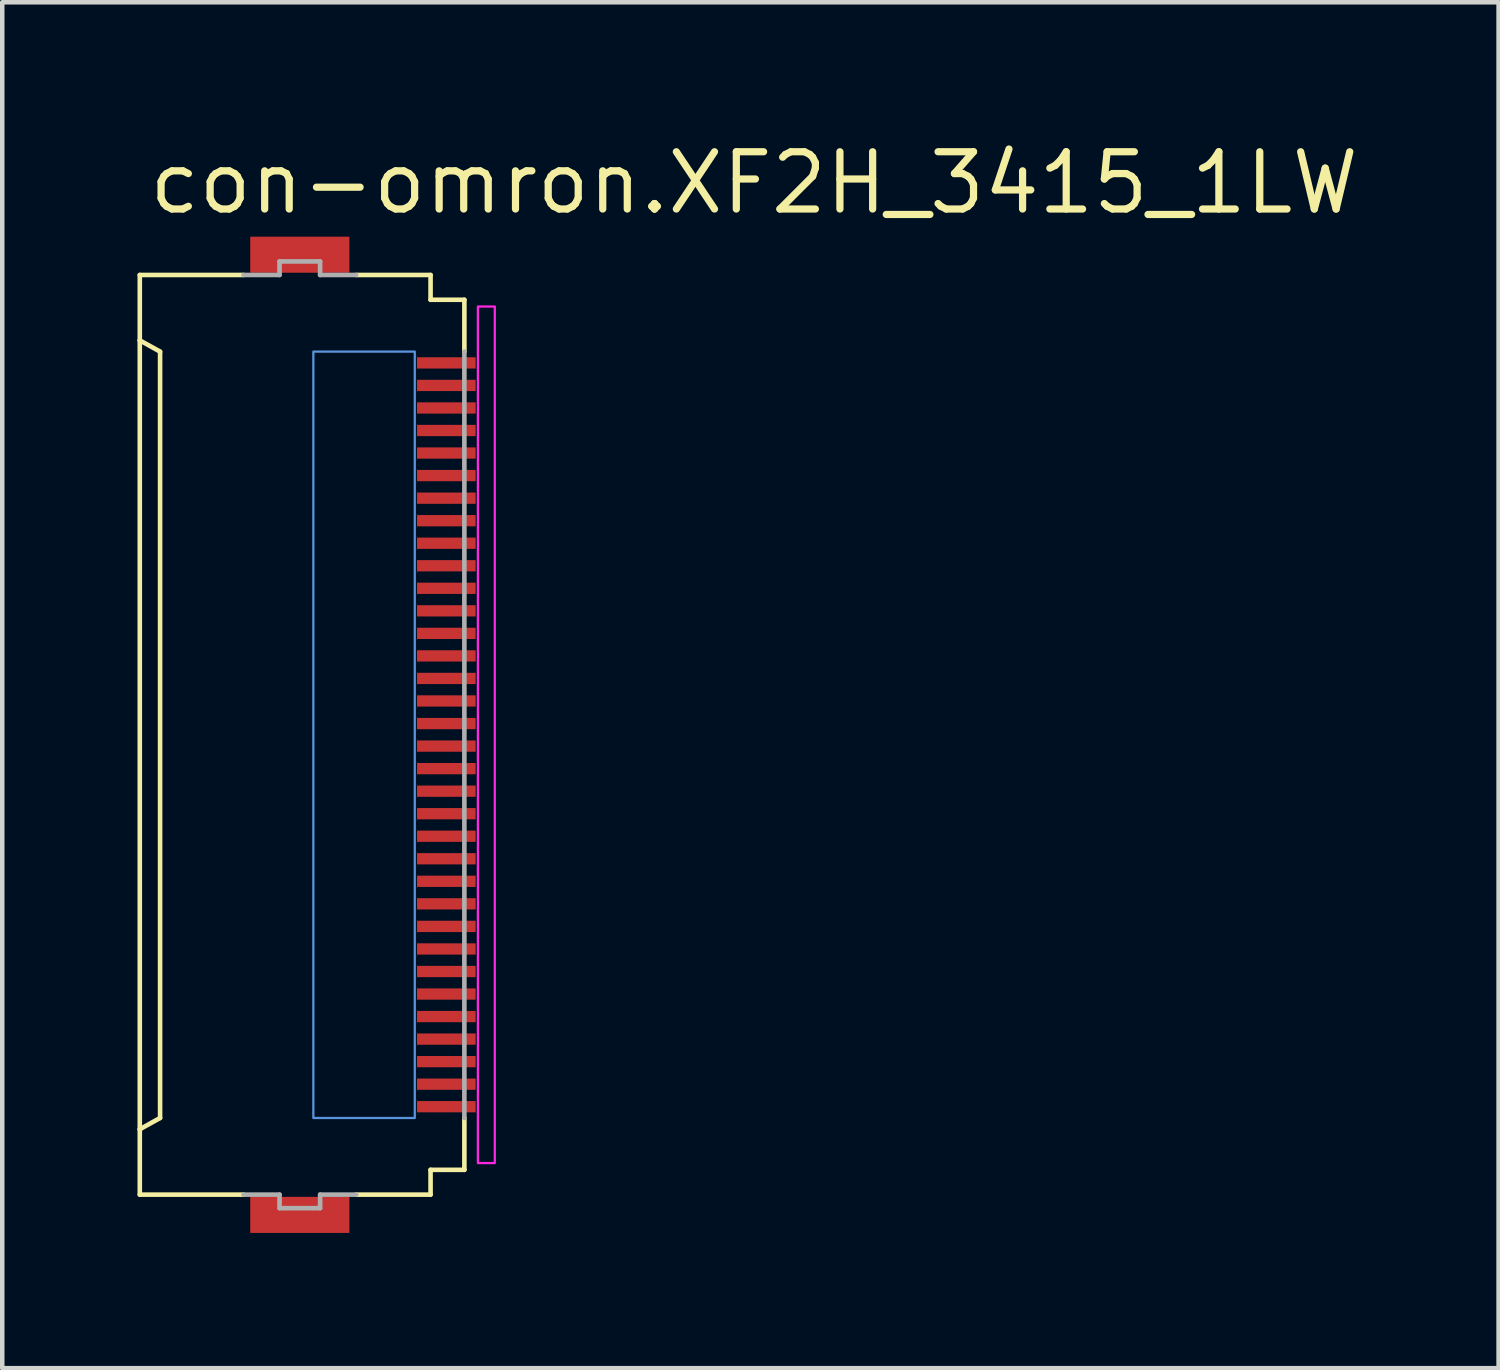
<source format=kicad_pcb>
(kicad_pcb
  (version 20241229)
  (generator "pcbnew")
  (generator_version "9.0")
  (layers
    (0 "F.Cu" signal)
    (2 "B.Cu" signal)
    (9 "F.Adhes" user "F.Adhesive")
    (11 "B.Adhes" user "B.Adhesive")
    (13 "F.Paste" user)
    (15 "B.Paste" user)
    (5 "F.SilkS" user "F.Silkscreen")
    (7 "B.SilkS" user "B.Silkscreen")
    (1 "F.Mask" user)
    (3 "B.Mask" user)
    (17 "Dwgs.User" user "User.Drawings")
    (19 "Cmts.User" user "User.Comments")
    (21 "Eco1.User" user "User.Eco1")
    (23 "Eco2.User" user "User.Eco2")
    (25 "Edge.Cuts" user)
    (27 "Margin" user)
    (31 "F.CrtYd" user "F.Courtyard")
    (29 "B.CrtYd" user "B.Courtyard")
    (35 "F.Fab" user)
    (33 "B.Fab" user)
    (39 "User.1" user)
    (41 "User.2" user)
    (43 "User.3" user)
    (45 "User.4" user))
  (footprint "con-omron.XF2H_3415_1LW"
    (layer "F.Cu")
    (at 3.676 13.25)
    (property "Reference" "con-omron.XF2H_3415_1LW" (at -3.5 -11.5 0) (layer "F.SilkS") (effects (font (size 1.27 1.27) (thickness 0.16)) (justify left bottom)))
    (attr smd)
    (fp_rect (start 2.475 -8.075) (end 3.875 -8.425) (stroke (width 0.05) (type default)) (fill yes) (layer "F.Mask"))
    (fp_rect (start 2.475 -7.575) (end 3.875 -7.925) (stroke (width 0.05) (type default)) (fill yes) (layer "F.Mask"))
    (fp_rect (start 2.475 -7.075) (end 3.875 -7.425) (stroke (width 0.05) (type default)) (fill yes) (layer "F.Mask"))
    (fp_rect (start 2.475 -6.575) (end 3.875 -6.925) (stroke (width 0.05) (type default)) (fill yes) (layer "F.Mask"))
    (fp_rect (start 2.475 -6.075) (end 3.875 -6.425) (stroke (width 0.05) (type default)) (fill yes) (layer "F.Mask"))
    (fp_rect (start 2.475 -5.575) (end 3.875 -5.925) (stroke (width 0.05) (type default)) (fill yes) (layer "F.Mask"))
    (fp_rect (start 2.475 -5.075) (end 3.875 -5.425) (stroke (width 0.05) (type default)) (fill yes) (layer "F.Mask"))
    (fp_rect (start 2.475 -4.575) (end 3.875 -4.925) (stroke (width 0.05) (type default)) (fill yes) (layer "F.Mask"))
    (fp_rect (start 2.475 -4.075) (end 3.875 -4.425) (stroke (width 0.05) (type default)) (fill yes) (layer "F.Mask"))
    (fp_rect (start 2.475 -3.575) (end 3.875 -3.925) (stroke (width 0.05) (type default)) (fill yes) (layer "F.Mask"))
    (fp_rect (start 2.475 -3.075) (end 3.875 -3.425) (stroke (width 0.05) (type default)) (fill yes) (layer "F.Mask"))
    (fp_rect (start 2.475 -2.575) (end 3.875 -2.925) (stroke (width 0.05) (type default)) (fill yes) (layer "F.Mask"))
    (fp_rect (start 2.475 -2.075) (end 3.875 -2.425) (stroke (width 0.05) (type default)) (fill yes) (layer "F.Mask"))
    (fp_rect (start 2.475 -1.575) (end 3.875 -1.925) (stroke (width 0.05) (type default)) (fill yes) (layer "F.Mask"))
    (fp_rect (start 2.475 -1.075) (end 3.875 -1.425) (stroke (width 0.05) (type default)) (fill yes) (layer "F.Mask"))
    (fp_rect (start 2.475 -0.575) (end 3.875 -0.925) (stroke (width 0.05) (type default)) (fill yes) (layer "F.Mask"))
    (fp_rect (start 2.475 -0.075) (end 3.875 -0.425) (stroke (width 0.05) (type default)) (fill yes) (layer "F.Mask"))
    (fp_rect (start 2.475 0.425) (end 3.875 0.075) (stroke (width 0.05) (type default)) (fill yes) (layer "F.Mask"))
    (fp_rect (start 2.475 0.925) (end 3.875 0.575) (stroke (width 0.05) (type default)) (fill yes) (layer "F.Mask"))
    (fp_rect (start 2.475 1.425) (end 3.875 1.075) (stroke (width 0.05) (type default)) (fill yes) (layer "F.Mask"))
    (fp_rect (start 2.475 1.925) (end 3.875 1.575) (stroke (width 0.05) (type default)) (fill yes) (layer "F.Mask"))
    (fp_rect (start 2.475 2.425) (end 3.875 2.075) (stroke (width 0.05) (type default)) (fill yes) (layer "F.Mask"))
    (fp_rect (start 2.475 2.925) (end 3.875 2.575) (stroke (width 0.05) (type default)) (fill yes) (layer "F.Mask"))
    (fp_rect (start 2.475 3.425) (end 3.875 3.075) (stroke (width 0.05) (type default)) (fill yes) (layer "F.Mask"))
    (fp_rect (start 2.475 3.925) (end 3.875 3.575) (stroke (width 0.05) (type default)) (fill yes) (layer "F.Mask"))
    (fp_rect (start 2.475 4.425) (end 3.875 4.075) (stroke (width 0.05) (type default)) (fill yes) (layer "F.Mask"))
    (fp_rect (start 2.475 4.925) (end 3.875 4.575) (stroke (width 0.05) (type default)) (fill yes) (layer "F.Mask"))
    (fp_rect (start 2.475 5.425) (end 3.875 5.075) (stroke (width 0.05) (type default)) (fill yes) (layer "F.Mask"))
    (fp_rect (start 2.475 5.925) (end 3.875 5.575) (stroke (width 0.05) (type default)) (fill yes) (layer "F.Mask"))
    (fp_rect (start 2.475 6.425) (end 3.875 6.075) (stroke (width 0.05) (type default)) (fill yes) (layer "F.Mask"))
    (fp_rect (start 2.475 6.925) (end 3.875 6.575) (stroke (width 0.05) (type default)) (fill yes) (layer "F.Mask"))
    (fp_rect (start 2.475 7.425) (end 3.875 7.075) (stroke (width 0.05) (type default)) (fill yes) (layer "F.Mask"))
    (fp_rect (start 2.475 7.925) (end 3.875 7.575) (stroke (width 0.05) (type default)) (fill yes) (layer "F.Mask"))
    (fp_rect (start 2.475 8.425) (end 3.875 8.075) (stroke (width 0.05) (type default)) (fill yes) (layer "F.Mask"))
    (fp_line (start -3.625 -10.2) (end -1.325 -10.2) (stroke (width 0.102) (type default)) (layer "F.SilkS"))
    (fp_line (start -3.625 -8.75) (end -3.625 -10.2) (stroke (width 0.102) (type default)) (layer "F.SilkS"))
    (fp_line (start -3.625 -8.75) (end -3.625 8.75) (stroke (width 0.102) (type default)) (layer "F.SilkS"))
    (fp_line (start -3.625 8.75) (end -3.175 8.5) (stroke (width 0.102) (type default)) (layer "F.SilkS"))
    (fp_line (start -3.625 10.2) (end -3.625 8.75) (stroke (width 0.102) (type default)) (layer "F.SilkS"))
    (fp_line (start -3.175 -8.5) (end -3.625 -8.75) (stroke (width 0.102) (type default)) (layer "F.SilkS"))
    (fp_line (start -3.175 8.5) (end -3.175 -8.5) (stroke (width 0.102) (type default)) (layer "F.SilkS"))
    (fp_line (start -1.325 10.2) (end -3.625 10.2) (stroke (width 0.102) (type default)) (layer "F.SilkS"))
    (fp_line (start 1.175 -10.2) (end 2.825 -10.2) (stroke (width 0.102) (type default)) (layer "F.SilkS"))
    (fp_line (start 1.175 10.2) (end 2.825 10.2) (stroke (width 0.102) (type default)) (layer "F.SilkS"))
    (fp_line (start 2.825 -10.2) (end 2.825 -9.65) (stroke (width 0.102) (type default)) (layer "F.SilkS"))
    (fp_line (start 2.825 -9.65) (end 3.575 -9.65) (stroke (width 0.102) (type default)) (layer "F.SilkS"))
    (fp_line (start 2.825 9.65) (end 2.825 10.2) (stroke (width 0.102) (type default)) (layer "F.SilkS"))
    (fp_line (start 2.825 9.65) (end 3.575 9.65) (stroke (width 0.102) (type default)) (layer "F.SilkS"))
    (fp_line (start 3.575 -9.65) (end 3.575 -8.5) (stroke (width 0.102) (type default)) (layer "F.SilkS"))
    (fp_line (start 3.575 8.5) (end 3.575 9.65) (stroke (width 0.102) (type default)) (layer "F.SilkS"))
    (fp_rect (start 0.225 8.5) (end 2.475 -8.5) (stroke (width 0.05) (type default)) (fill no) (layer "Cmts.User"))
    (fp_rect (start 3.875 9.5) (end 4.25 -9.5) (stroke (width 0.05) (type default)) (fill no) (layer "F.CrtYd"))
    (fp_line (start -1.325 -10.2) (end -0.525 -10.2) (stroke (width 0.102) (type default)) (layer "F.Fab"))
    (fp_line (start -0.525 -10.5) (end 0.375 -10.5) (stroke (width 0.102) (type default)) (layer "F.Fab"))
    (fp_line (start -0.525 -10.2) (end -0.525 -10.5) (stroke (width 0.102) (type default)) (layer "F.Fab"))
    (fp_line (start -0.525 10.2) (end -1.325 10.2) (stroke (width 0.102) (type default)) (layer "F.Fab"))
    (fp_line (start -0.525 10.5) (end -0.525 10.2) (stroke (width 0.102) (type default)) (layer "F.Fab"))
    (fp_line (start 0.375 -10.5) (end 0.375 -10.2) (stroke (width 0.102) (type default)) (layer "F.Fab"))
    (fp_line (start 0.375 -10.2) (end 1.175 -10.2) (stroke (width 0.102) (type default)) (layer "F.Fab"))
    (fp_line (start 0.375 10.2) (end 0.375 10.5) (stroke (width 0.102) (type default)) (layer "F.Fab"))
    (fp_line (start 0.375 10.5) (end -0.525 10.5) (stroke (width 0.102) (type default)) (layer "F.Fab"))
    (fp_line (start 1.175 10.2) (end 0.375 10.2) (stroke (width 0.102) (type default)) (layer "F.Fab"))
    (fp_line (start 3.575 -8.5) (end 3.575 8.5) (stroke (width 0.102) (type default)) (layer "F.Fab"))
    (pad "1" smd roundrect (at 3.175 -8.25) (size 1.3 0.25) (layers "F.Cu" "F.Mask" "F.Paste") (roundrect_rratio 0.01))
    (pad "2" smd roundrect (at 3.175 -7.75) (size 1.3 0.25) (layers "F.Cu" "F.Mask" "F.Paste") (roundrect_rratio 0.01))
    (pad "3" smd roundrect (at 3.175 -7.25) (size 1.3 0.25) (layers "F.Cu" "F.Mask" "F.Paste") (roundrect_rratio 0.01))
    (pad "4" smd roundrect (at 3.175 -6.75) (size 1.3 0.25) (layers "F.Cu" "F.Mask" "F.Paste") (roundrect_rratio 0.01))
    (pad "5" smd roundrect (at 3.175 -6.25) (size 1.3 0.25) (layers "F.Cu" "F.Mask" "F.Paste") (roundrect_rratio 0.01))
    (pad "6" smd roundrect (at 3.175 -5.75) (size 1.3 0.25) (layers "F.Cu" "F.Mask" "F.Paste") (roundrect_rratio 0.01))
    (pad "7" smd roundrect (at 3.175 -5.25) (size 1.3 0.25) (layers "F.Cu" "F.Mask" "F.Paste") (roundrect_rratio 0.01))
    (pad "8" smd roundrect (at 3.175 -4.75) (size 1.3 0.25) (layers "F.Cu" "F.Mask" "F.Paste") (roundrect_rratio 0.01))
    (pad "9" smd roundrect (at 3.175 -4.25) (size 1.3 0.25) (layers "F.Cu" "F.Mask" "F.Paste") (roundrect_rratio 0.01))
    (pad "10" smd roundrect (at 3.175 -3.75) (size 1.3 0.25) (layers "F.Cu" "F.Mask" "F.Paste") (roundrect_rratio 0.01))
    (pad "11" smd roundrect (at 3.175 -3.25) (size 1.3 0.25) (layers "F.Cu" "F.Mask" "F.Paste") (roundrect_rratio 0.01))
    (pad "12" smd roundrect (at 3.175 -2.75) (size 1.3 0.25) (layers "F.Cu" "F.Mask" "F.Paste") (roundrect_rratio 0.01))
    (pad "13" smd roundrect (at 3.175 -2.25) (size 1.3 0.25) (layers "F.Cu" "F.Mask" "F.Paste") (roundrect_rratio 0.01))
    (pad "14" smd roundrect (at 3.175 -1.75) (size 1.3 0.25) (layers "F.Cu" "F.Mask" "F.Paste") (roundrect_rratio 0.01))
    (pad "15" smd roundrect (at 3.175 -1.25) (size 1.3 0.25) (layers "F.Cu" "F.Mask" "F.Paste") (roundrect_rratio 0.01))
    (pad "16" smd roundrect (at 3.175 -0.75) (size 1.3 0.25) (layers "F.Cu" "F.Mask" "F.Paste") (roundrect_rratio 0.01))
    (pad "17" smd roundrect (at 3.175 -0.25) (size 1.3 0.25) (layers "F.Cu" "F.Mask" "F.Paste") (roundrect_rratio 0.01))
    (pad "18" smd roundrect (at 3.175 0.25) (size 1.3 0.25) (layers "F.Cu" "F.Mask" "F.Paste") (roundrect_rratio 0.01))
    (pad "19" smd roundrect (at 3.175 0.75) (size 1.3 0.25) (layers "F.Cu" "F.Mask" "F.Paste") (roundrect_rratio 0.01))
    (pad "20" smd roundrect (at 3.175 1.25) (size 1.3 0.25) (layers "F.Cu" "F.Mask" "F.Paste") (roundrect_rratio 0.01))
    (pad "21" smd roundrect (at 3.175 1.75) (size 1.3 0.25) (layers "F.Cu" "F.Mask" "F.Paste") (roundrect_rratio 0.01))
    (pad "22" smd roundrect (at 3.175 2.25) (size 1.3 0.25) (layers "F.Cu" "F.Mask" "F.Paste") (roundrect_rratio 0.01))
    (pad "23" smd roundrect (at 3.175 2.75) (size 1.3 0.25) (layers "F.Cu" "F.Mask" "F.Paste") (roundrect_rratio 0.01))
    (pad "24" smd roundrect (at 3.175 3.25) (size 1.3 0.25) (layers "F.Cu" "F.Mask" "F.Paste") (roundrect_rratio 0.01))
    (pad "25" smd roundrect (at 3.175 3.75) (size 1.3 0.25) (layers "F.Cu" "F.Mask" "F.Paste") (roundrect_rratio 0.01))
    (pad "26" smd roundrect (at 3.175 4.25) (size 1.3 0.25) (layers "F.Cu" "F.Mask" "F.Paste") (roundrect_rratio 0.01))
    (pad "27" smd roundrect (at 3.175 4.75) (size 1.3 0.25) (layers "F.Cu" "F.Mask" "F.Paste") (roundrect_rratio 0.01))
    (pad "28" smd roundrect (at 3.175 5.25) (size 1.3 0.25) (layers "F.Cu" "F.Mask" "F.Paste") (roundrect_rratio 0.01))
    (pad "29" smd roundrect (at 3.175 5.75) (size 1.3 0.25) (layers "F.Cu" "F.Mask" "F.Paste") (roundrect_rratio 0.01))
    (pad "30" smd roundrect (at 3.175 6.25) (size 1.3 0.25) (layers "F.Cu" "F.Mask" "F.Paste") (roundrect_rratio 0.01))
    (pad "31" smd roundrect (at 3.175 6.75) (size 1.3 0.25) (layers "F.Cu" "F.Mask" "F.Paste") (roundrect_rratio 0.01))
    (pad "32" smd roundrect (at 3.175 7.25) (size 1.3 0.25) (layers "F.Cu" "F.Mask" "F.Paste") (roundrect_rratio 0.01))
    (pad "33" smd roundrect (at 3.175 7.75) (size 1.3 0.25) (layers "F.Cu" "F.Mask" "F.Paste") (roundrect_rratio 0.01))
    (pad "34" smd roundrect (at 3.175 8.25) (size 1.3 0.25) (layers "F.Cu" "F.Mask" "F.Paste") (roundrect_rratio 0.01))
    (pad "M1" smd roundrect (at -0.075 -10.65) (size 2.2 0.8) (layers "F.Cu" "F.Mask" "F.Paste") (roundrect_rratio 0.01))
    (pad "M2" smd roundrect (at -0.075 10.65) (size 2.2 0.8) (layers "F.Cu" "F.Mask" "F.Paste") (roundrect_rratio 0.01)))
  (gr_rect
    (start -3 -3)
    (end 30.193 27.3)
    (stroke (width 0.1) (type default))
    (fill no)
    (layer "Edge.Cuts")))
</source>
